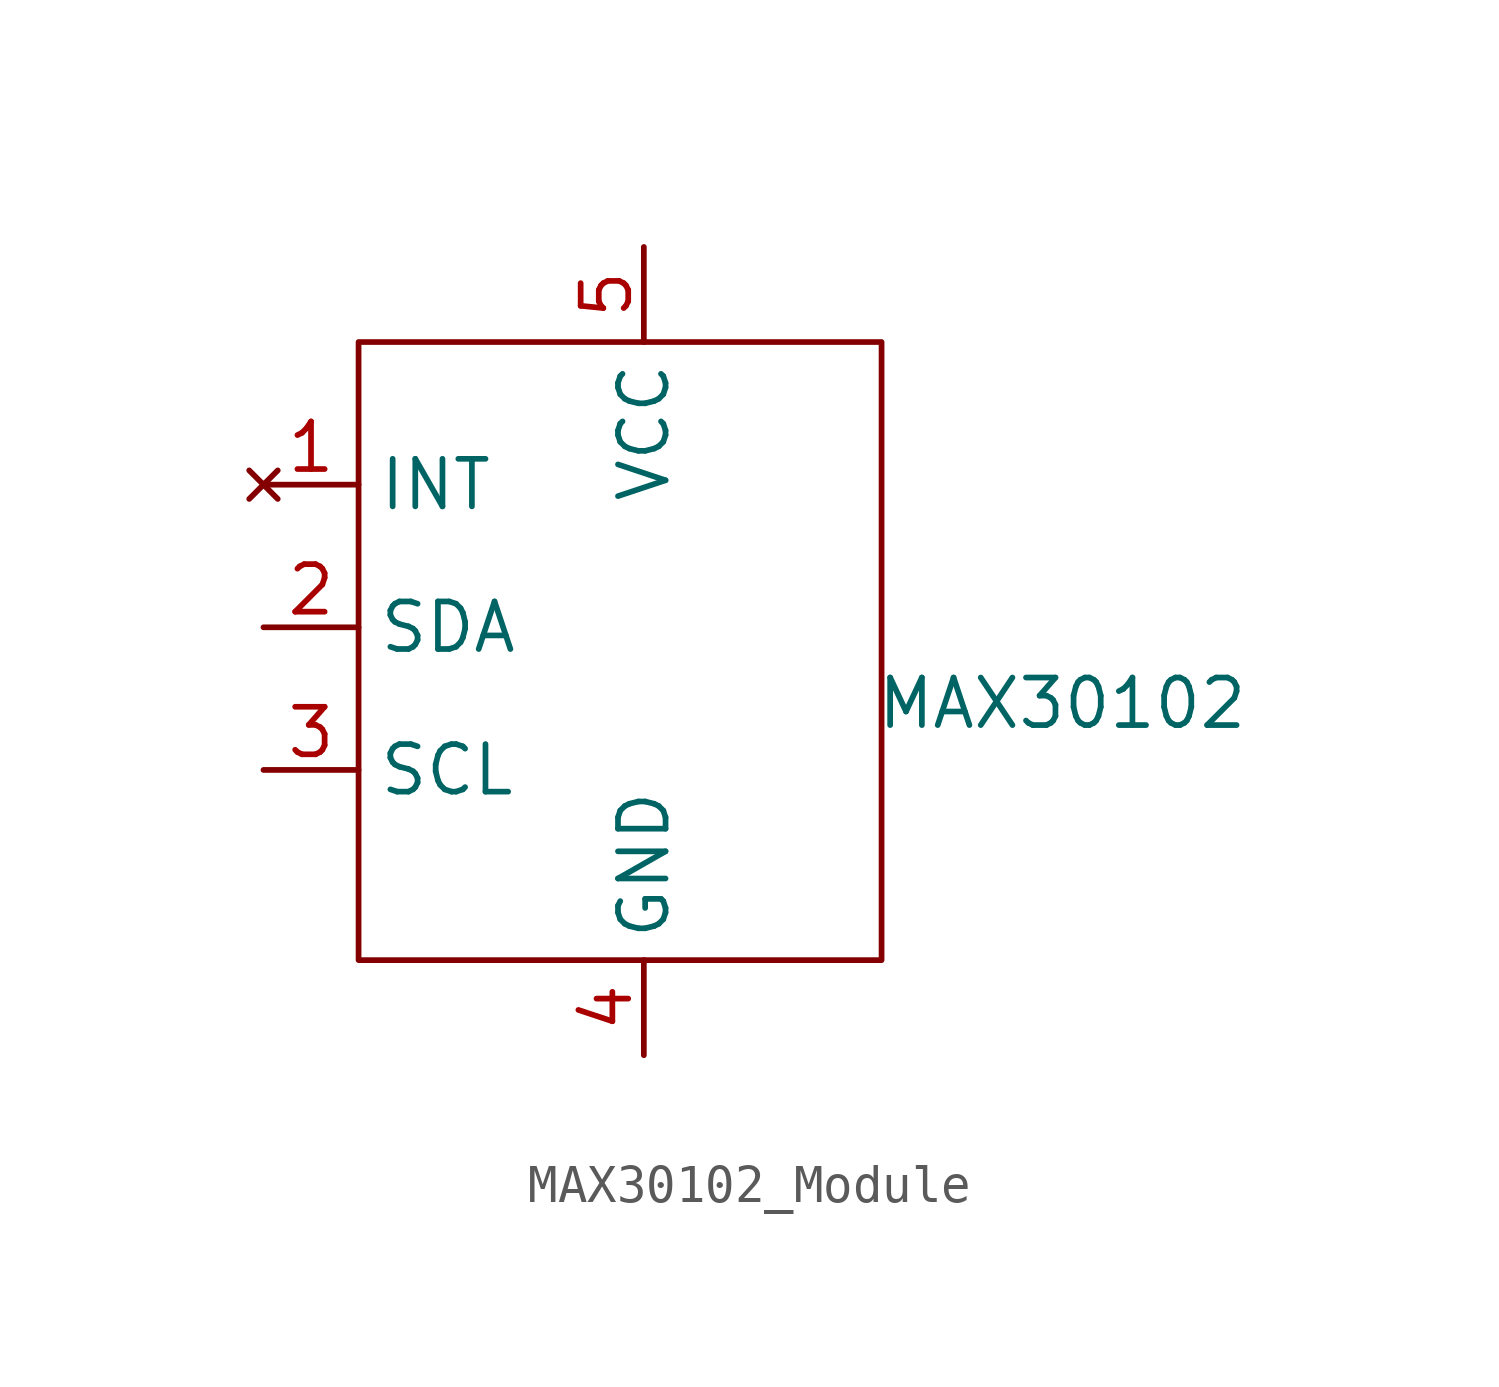
<source format=kicad_sym>
(kicad_symbol_lib
  (version 20231120)
  (generator "kicad_symbol_editor")
  (generator_version "8.0")
  (symbol "MAX30102_Module"
    (property "Reference" "U"
      (at 0 -0.254 0)
      (effects (font (size 1.27 1.27)) (hide yes)))
    (property "Value" "MAX30102"
      (at 12.446 -2.032 0)
      (effects (font (size 1.27 1.27))))
    (property "Footprint" ""
      (at 0 0 0)
      (effects (font (size 1.27 1.27))))
    (property "Datasheet" ""
      (at 0 0 0)
      (effects (font (size 1.27 1.27))))
    (property "Description" ""
      (at 0 0 0)
      (effects (font (size 1.27 1.27))))
    (symbol "MAX30102_Module_0_1"
      (rectangle (start -6.35 7.62) (end 7.62 -8.89) (stroke (width 0) (type default)) (fill (type none))))
    (symbol "MAX30102_Module_1_1"
      (pin no_connect line (at -8.89 3.81 0) (length 2.54) (name "INT" (effects (font (size 1.27 1.27)))) (number "1" (effects (font (size 1.27 1.27)))))
      (pin bidirectional line (at -8.89 0 0) (length 2.54) (name "SDA" (effects (font (size 1.27 1.27)))) (number "2" (effects (font (size 1.27 1.27)))))
      (pin input line (at -8.89 -3.81 0) (length 2.54) (name "SCL" (effects (font (size 1.27 1.27)))) (number "3" (effects (font (size 1.27 1.27)))))
      (pin power_in line (at 1.27 -11.43 90) (length 2.54) (name "GND" (effects (font (size 1.27 1.27)))) (number "4" (effects (font (size 1.27 1.27)))))
      (pin power_in line (at 1.27 10.16 270) (length 2.54) (name "VCC" (effects (font (size 1.27 1.27)))) (number "5" (effects (font (size 1.27 1.27))))))))
</source>
